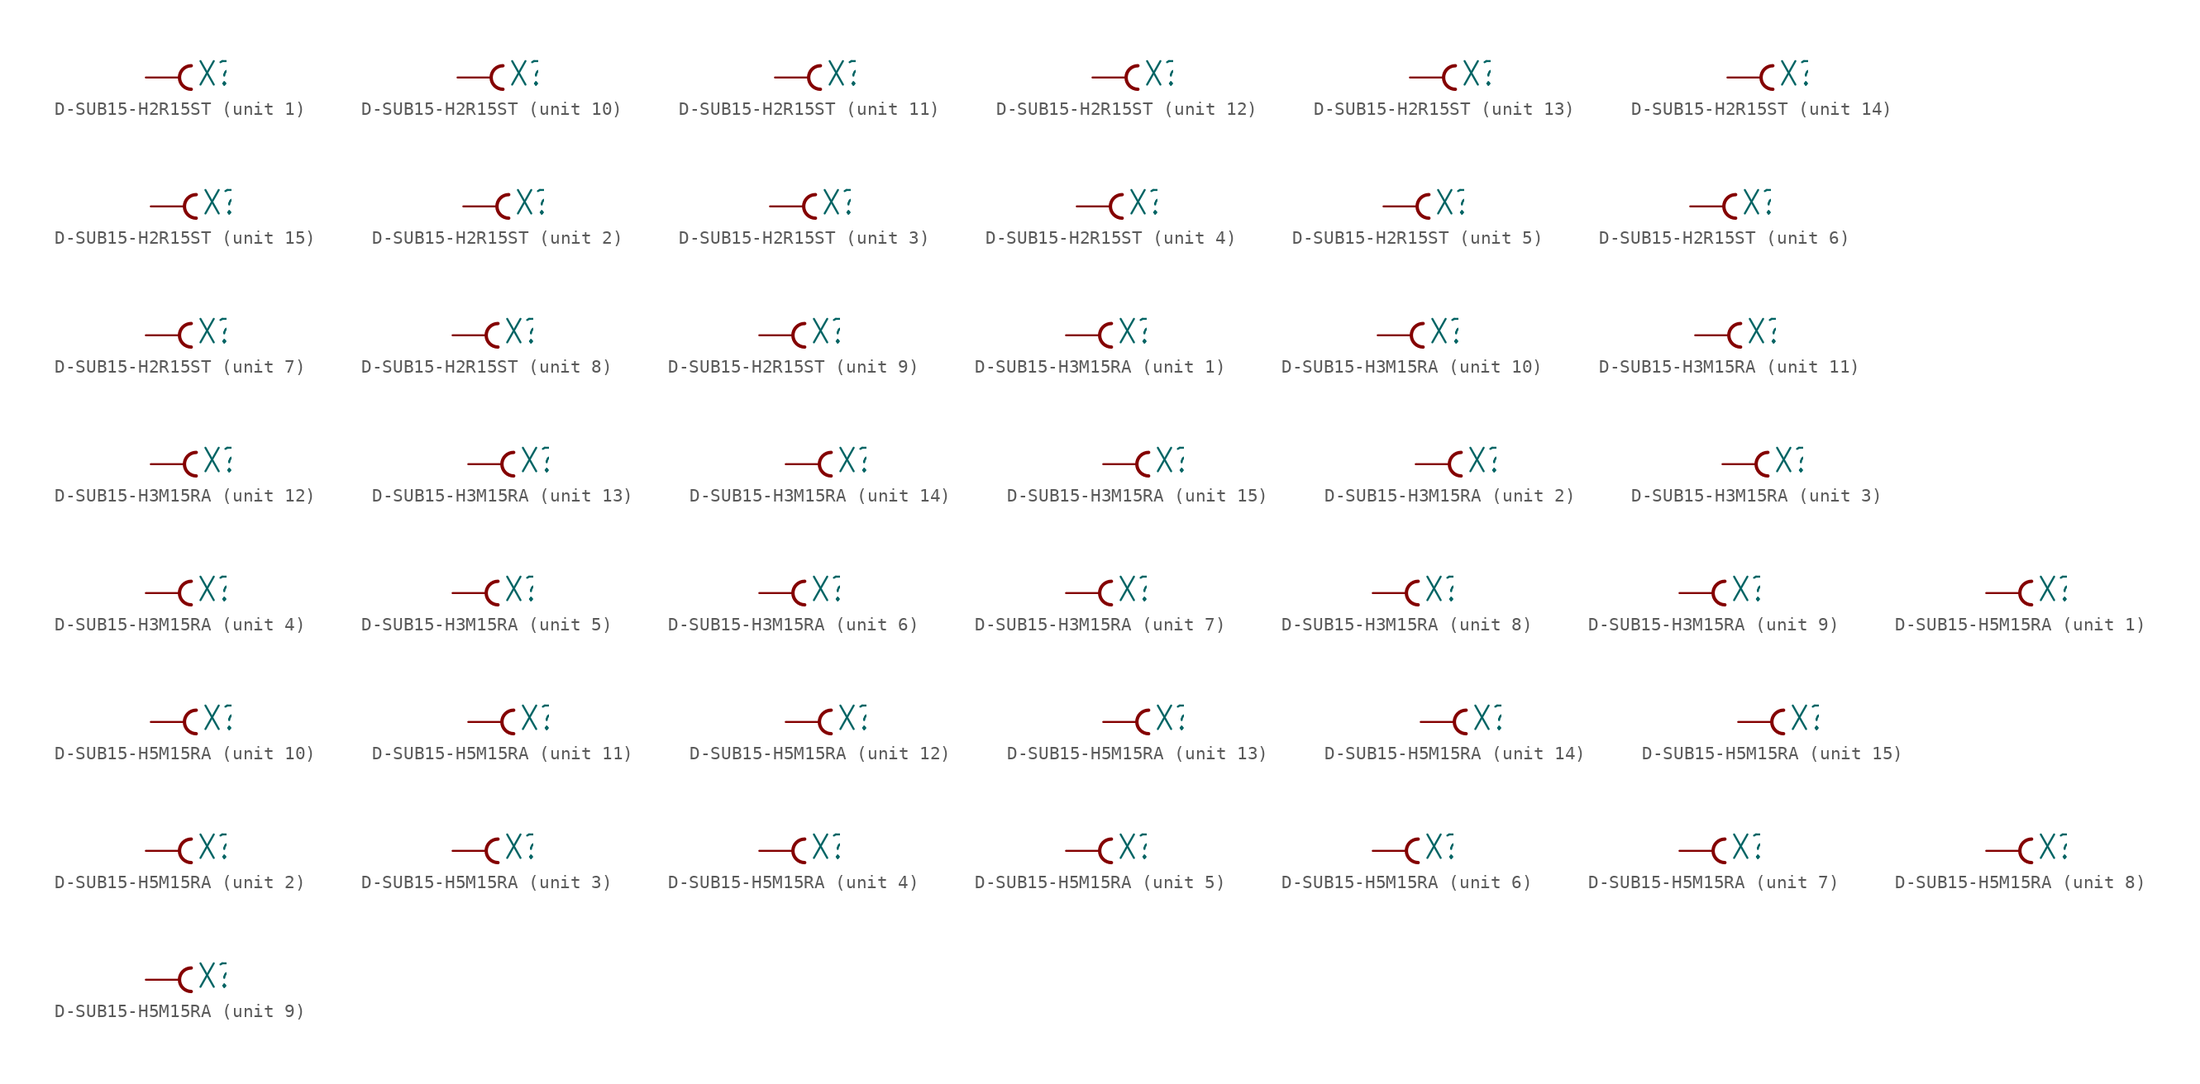
<source format=kicad_sym>
(kicad_symbol_lib
  (version 20220914)
  (generator kicad_symbol_editor)
  (symbol "D-SUB15-H2R15ST"
    (property "Reference" "X"
      (at 1.27 -0.762 0)
      (effects (font (size 1.778 1.511)) (justify left bottom)))
    (property "ki_locked" ""
      (at 0 0 0)
      (effects (font (size 1.27 1.27))))
    (symbol "D-SUB15-H2R15ST_1_0"
      (arc (start 0.889 0.889) (mid 0 0) (end 0.889 -0.889) (stroke (width 0.254) (type solid)) (fill (type none)))
      (pin passive line (at -2.54 0 0) (length 2.54) (name "F" (effects (font (size 0 0)))) (number "1" (effects (font (size 0 0))))))
    (symbol "D-SUB15-H2R15ST_2_0"
      (arc (start 0.889 0.889) (mid 0 0) (end 0.889 -0.889) (stroke (width 0.254) (type solid)) (fill (type none)))
      (pin passive line (at -2.54 0 0) (length 2.54) (name "F" (effects (font (size 0 0)))) (number "2" (effects (font (size 0 0))))))
    (symbol "D-SUB15-H2R15ST_3_0"
      (arc (start 0.889 0.889) (mid 0 0) (end 0.889 -0.889) (stroke (width 0.254) (type solid)) (fill (type none)))
      (pin passive line (at -2.54 0 0) (length 2.54) (name "F" (effects (font (size 0 0)))) (number "3" (effects (font (size 0 0))))))
    (symbol "D-SUB15-H2R15ST_4_0"
      (arc (start 0.889 0.889) (mid 0 0) (end 0.889 -0.889) (stroke (width 0.254) (type solid)) (fill (type none)))
      (pin passive line (at -2.54 0 0) (length 2.54) (name "F" (effects (font (size 0 0)))) (number "4" (effects (font (size 0 0))))))
    (symbol "D-SUB15-H2R15ST_5_0"
      (arc (start 0.889 0.889) (mid 0 0) (end 0.889 -0.889) (stroke (width 0.254) (type solid)) (fill (type none)))
      (pin passive line (at -2.54 0 0) (length 2.54) (name "F" (effects (font (size 0 0)))) (number "5" (effects (font (size 0 0))))))
    (symbol "D-SUB15-H2R15ST_6_0"
      (arc (start 0.889 0.889) (mid 0 0) (end 0.889 -0.889) (stroke (width 0.254) (type solid)) (fill (type none)))
      (pin passive line (at -2.54 0 0) (length 2.54) (name "F" (effects (font (size 0 0)))) (number "6" (effects (font (size 0 0))))))
    (symbol "D-SUB15-H2R15ST_7_0"
      (arc (start 0.889 0.889) (mid 0 0) (end 0.889 -0.889) (stroke (width 0.254) (type solid)) (fill (type none)))
      (pin passive line (at -2.54 0 0) (length 2.54) (name "F" (effects (font (size 0 0)))) (number "7" (effects (font (size 0 0))))))
    (symbol "D-SUB15-H2R15ST_8_0"
      (arc (start 0.889 0.889) (mid 0 0) (end 0.889 -0.889) (stroke (width 0.254) (type solid)) (fill (type none)))
      (pin passive line (at -2.54 0 0) (length 2.54) (name "F" (effects (font (size 0 0)))) (number "8" (effects (font (size 0 0))))))
    (symbol "D-SUB15-H2R15ST_9_0"
      (arc (start 0.889 0.889) (mid 0 0) (end 0.889 -0.889) (stroke (width 0.254) (type solid)) (fill (type none)))
      (pin passive line (at -2.54 0 0) (length 2.54) (name "F" (effects (font (size 0 0)))) (number "9" (effects (font (size 0 0))))))
    (symbol "D-SUB15-H2R15ST_10_0"
      (arc (start 0.889 0.889) (mid 0 0) (end 0.889 -0.889) (stroke (width 0.254) (type solid)) (fill (type none)))
      (pin passive line (at -2.54 0 0) (length 2.54) (name "F" (effects (font (size 0 0)))) (number "10" (effects (font (size 0 0))))))
    (symbol "D-SUB15-H2R15ST_11_0"
      (arc (start 0.889 0.889) (mid 0 0) (end 0.889 -0.889) (stroke (width 0.254) (type solid)) (fill (type none)))
      (pin passive line (at -2.54 0 0) (length 2.54) (name "F" (effects (font (size 0 0)))) (number "11" (effects (font (size 0 0))))))
    (symbol "D-SUB15-H2R15ST_12_0"
      (arc (start 0.889 0.889) (mid 0 0) (end 0.889 -0.889) (stroke (width 0.254) (type solid)) (fill (type none)))
      (pin passive line (at -2.54 0 0) (length 2.54) (name "F" (effects (font (size 0 0)))) (number "12" (effects (font (size 0 0))))))
    (symbol "D-SUB15-H2R15ST_13_0"
      (arc (start 0.889 0.889) (mid 0 0) (end 0.889 -0.889) (stroke (width 0.254) (type solid)) (fill (type none)))
      (pin passive line (at -2.54 0 0) (length 2.54) (name "F" (effects (font (size 0 0)))) (number "13" (effects (font (size 0 0))))))
    (symbol "D-SUB15-H2R15ST_14_0"
      (arc (start 0.889 0.889) (mid 0 0) (end 0.889 -0.889) (stroke (width 0.254) (type solid)) (fill (type none)))
      (pin passive line (at -2.54 0 0) (length 2.54) (name "F" (effects (font (size 0 0)))) (number "14" (effects (font (size 0 0))))))
    (symbol "D-SUB15-H2R15ST_15_0"
      (arc (start 0.889 0.889) (mid 0 0) (end 0.889 -0.889) (stroke (width 0.254) (type solid)) (fill (type none)))
      (pin passive line (at -2.54 0 0) (length 2.54) (name "F" (effects (font (size 0 0)))) (number "15" (effects (font (size 0 0)))))))
  (symbol "D-SUB15-H3M15RA"
    (property "Reference" "X"
      (at 1.27 -0.762 0)
      (effects (font (size 1.778 1.511)) (justify left bottom)))
    (property "ki_locked" ""
      (at 0 0 0)
      (effects (font (size 1.27 1.27))))
    (symbol "D-SUB15-H3M15RA_1_0"
      (arc (start 0.889 0.889) (mid 0 0) (end 0.889 -0.889) (stroke (width 0.254) (type solid)) (fill (type none)))
      (pin passive line (at -2.54 0 0) (length 2.54) (name "F" (effects (font (size 0 0)))) (number "1" (effects (font (size 0 0))))))
    (symbol "D-SUB15-H3M15RA_2_0"
      (arc (start 0.889 0.889) (mid 0 0) (end 0.889 -0.889) (stroke (width 0.254) (type solid)) (fill (type none)))
      (pin passive line (at -2.54 0 0) (length 2.54) (name "F" (effects (font (size 0 0)))) (number "2" (effects (font (size 0 0))))))
    (symbol "D-SUB15-H3M15RA_3_0"
      (arc (start 0.889 0.889) (mid 0 0) (end 0.889 -0.889) (stroke (width 0.254) (type solid)) (fill (type none)))
      (pin passive line (at -2.54 0 0) (length 2.54) (name "F" (effects (font (size 0 0)))) (number "3" (effects (font (size 0 0))))))
    (symbol "D-SUB15-H3M15RA_4_0"
      (arc (start 0.889 0.889) (mid 0 0) (end 0.889 -0.889) (stroke (width 0.254) (type solid)) (fill (type none)))
      (pin passive line (at -2.54 0 0) (length 2.54) (name "F" (effects (font (size 0 0)))) (number "4" (effects (font (size 0 0))))))
    (symbol "D-SUB15-H3M15RA_5_0"
      (arc (start 0.889 0.889) (mid 0 0) (end 0.889 -0.889) (stroke (width 0.254) (type solid)) (fill (type none)))
      (pin passive line (at -2.54 0 0) (length 2.54) (name "F" (effects (font (size 0 0)))) (number "5" (effects (font (size 0 0))))))
    (symbol "D-SUB15-H3M15RA_6_0"
      (arc (start 0.889 0.889) (mid 0 0) (end 0.889 -0.889) (stroke (width 0.254) (type solid)) (fill (type none)))
      (pin passive line (at -2.54 0 0) (length 2.54) (name "F" (effects (font (size 0 0)))) (number "6" (effects (font (size 0 0))))))
    (symbol "D-SUB15-H3M15RA_7_0"
      (arc (start 0.889 0.889) (mid 0 0) (end 0.889 -0.889) (stroke (width 0.254) (type solid)) (fill (type none)))
      (pin passive line (at -2.54 0 0) (length 2.54) (name "F" (effects (font (size 0 0)))) (number "7" (effects (font (size 0 0))))))
    (symbol "D-SUB15-H3M15RA_8_0"
      (arc (start 0.889 0.889) (mid 0 0) (end 0.889 -0.889) (stroke (width 0.254) (type solid)) (fill (type none)))
      (pin passive line (at -2.54 0 0) (length 2.54) (name "F" (effects (font (size 0 0)))) (number "8" (effects (font (size 0 0))))))
    (symbol "D-SUB15-H3M15RA_9_0"
      (arc (start 0.889 0.889) (mid 0 0) (end 0.889 -0.889) (stroke (width 0.254) (type solid)) (fill (type none)))
      (pin passive line (at -2.54 0 0) (length 2.54) (name "F" (effects (font (size 0 0)))) (number "9" (effects (font (size 0 0))))))
    (symbol "D-SUB15-H3M15RA_10_0"
      (arc (start 0.889 0.889) (mid 0 0) (end 0.889 -0.889) (stroke (width 0.254) (type solid)) (fill (type none)))
      (pin passive line (at -2.54 0 0) (length 2.54) (name "F" (effects (font (size 0 0)))) (number "10" (effects (font (size 0 0))))))
    (symbol "D-SUB15-H3M15RA_11_0"
      (arc (start 0.889 0.889) (mid 0 0) (end 0.889 -0.889) (stroke (width 0.254) (type solid)) (fill (type none)))
      (pin passive line (at -2.54 0 0) (length 2.54) (name "F" (effects (font (size 0 0)))) (number "11" (effects (font (size 0 0))))))
    (symbol "D-SUB15-H3M15RA_12_0"
      (arc (start 0.889 0.889) (mid 0 0) (end 0.889 -0.889) (stroke (width 0.254) (type solid)) (fill (type none)))
      (pin passive line (at -2.54 0 0) (length 2.54) (name "F" (effects (font (size 0 0)))) (number "12" (effects (font (size 0 0))))))
    (symbol "D-SUB15-H3M15RA_13_0"
      (arc (start 0.889 0.889) (mid 0 0) (end 0.889 -0.889) (stroke (width 0.254) (type solid)) (fill (type none)))
      (pin passive line (at -2.54 0 0) (length 2.54) (name "F" (effects (font (size 0 0)))) (number "13" (effects (font (size 0 0))))))
    (symbol "D-SUB15-H3M15RA_14_0"
      (arc (start 0.889 0.889) (mid 0 0) (end 0.889 -0.889) (stroke (width 0.254) (type solid)) (fill (type none)))
      (pin passive line (at -2.54 0 0) (length 2.54) (name "F" (effects (font (size 0 0)))) (number "14" (effects (font (size 0 0))))))
    (symbol "D-SUB15-H3M15RA_15_0"
      (arc (start 0.889 0.889) (mid 0 0) (end 0.889 -0.889) (stroke (width 0.254) (type solid)) (fill (type none)))
      (pin passive line (at -2.54 0 0) (length 2.54) (name "F" (effects (font (size 0 0)))) (number "15" (effects (font (size 0 0)))))))
  (symbol "D-SUB15-H5M15RA"
    (property "Reference" "X"
      (at 1.27 -0.762 0)
      (effects (font (size 1.778 1.511)) (justify left bottom)))
    (property "ki_locked" ""
      (at 0 0 0)
      (effects (font (size 1.27 1.27))))
    (symbol "D-SUB15-H5M15RA_1_0"
      (arc (start 0.889 0.889) (mid 0 0) (end 0.889 -0.889) (stroke (width 0.254) (type solid)) (fill (type none)))
      (pin passive line (at -2.54 0 0) (length 2.54) (name "F" (effects (font (size 0 0)))) (number "1" (effects (font (size 0 0))))))
    (symbol "D-SUB15-H5M15RA_2_0"
      (arc (start 0.889 0.889) (mid 0 0) (end 0.889 -0.889) (stroke (width 0.254) (type solid)) (fill (type none)))
      (pin passive line (at -2.54 0 0) (length 2.54) (name "F" (effects (font (size 0 0)))) (number "2" (effects (font (size 0 0))))))
    (symbol "D-SUB15-H5M15RA_3_0"
      (arc (start 0.889 0.889) (mid 0 0) (end 0.889 -0.889) (stroke (width 0.254) (type solid)) (fill (type none)))
      (pin passive line (at -2.54 0 0) (length 2.54) (name "F" (effects (font (size 0 0)))) (number "3" (effects (font (size 0 0))))))
    (symbol "D-SUB15-H5M15RA_4_0"
      (arc (start 0.889 0.889) (mid 0 0) (end 0.889 -0.889) (stroke (width 0.254) (type solid)) (fill (type none)))
      (pin passive line (at -2.54 0 0) (length 2.54) (name "F" (effects (font (size 0 0)))) (number "4" (effects (font (size 0 0))))))
    (symbol "D-SUB15-H5M15RA_5_0"
      (arc (start 0.889 0.889) (mid 0 0) (end 0.889 -0.889) (stroke (width 0.254) (type solid)) (fill (type none)))
      (pin passive line (at -2.54 0 0) (length 2.54) (name "F" (effects (font (size 0 0)))) (number "5" (effects (font (size 0 0))))))
    (symbol "D-SUB15-H5M15RA_6_0"
      (arc (start 0.889 0.889) (mid 0 0) (end 0.889 -0.889) (stroke (width 0.254) (type solid)) (fill (type none)))
      (pin passive line (at -2.54 0 0) (length 2.54) (name "F" (effects (font (size 0 0)))) (number "6" (effects (font (size 0 0))))))
    (symbol "D-SUB15-H5M15RA_7_0"
      (arc (start 0.889 0.889) (mid 0 0) (end 0.889 -0.889) (stroke (width 0.254) (type solid)) (fill (type none)))
      (pin passive line (at -2.54 0 0) (length 2.54) (name "F" (effects (font (size 0 0)))) (number "7" (effects (font (size 0 0))))))
    (symbol "D-SUB15-H5M15RA_8_0"
      (arc (start 0.889 0.889) (mid 0 0) (end 0.889 -0.889) (stroke (width 0.254) (type solid)) (fill (type none)))
      (pin passive line (at -2.54 0 0) (length 2.54) (name "F" (effects (font (size 0 0)))) (number "8" (effects (font (size 0 0))))))
    (symbol "D-SUB15-H5M15RA_9_0"
      (arc (start 0.889 0.889) (mid 0 0) (end 0.889 -0.889) (stroke (width 0.254) (type solid)) (fill (type none)))
      (pin passive line (at -2.54 0 0) (length 2.54) (name "F" (effects (font (size 0 0)))) (number "9" (effects (font (size 0 0))))))
    (symbol "D-SUB15-H5M15RA_10_0"
      (arc (start 0.889 0.889) (mid 0 0) (end 0.889 -0.889) (stroke (width 0.254) (type solid)) (fill (type none)))
      (pin passive line (at -2.54 0 0) (length 2.54) (name "F" (effects (font (size 0 0)))) (number "10" (effects (font (size 0 0))))))
    (symbol "D-SUB15-H5M15RA_11_0"
      (arc (start 0.889 0.889) (mid 0 0) (end 0.889 -0.889) (stroke (width 0.254) (type solid)) (fill (type none)))
      (pin passive line (at -2.54 0 0) (length 2.54) (name "F" (effects (font (size 0 0)))) (number "11" (effects (font (size 0 0))))))
    (symbol "D-SUB15-H5M15RA_12_0"
      (arc (start 0.889 0.889) (mid 0 0) (end 0.889 -0.889) (stroke (width 0.254) (type solid)) (fill (type none)))
      (pin passive line (at -2.54 0 0) (length 2.54) (name "F" (effects (font (size 0 0)))) (number "12" (effects (font (size 0 0))))))
    (symbol "D-SUB15-H5M15RA_13_0"
      (arc (start 0.889 0.889) (mid 0 0) (end 0.889 -0.889) (stroke (width 0.254) (type solid)) (fill (type none)))
      (pin passive line (at -2.54 0 0) (length 2.54) (name "F" (effects (font (size 0 0)))) (number "13" (effects (font (size 0 0))))))
    (symbol "D-SUB15-H5M15RA_14_0"
      (arc (start 0.889 0.889) (mid 0 0) (end 0.889 -0.889) (stroke (width 0.254) (type solid)) (fill (type none)))
      (pin passive line (at -2.54 0 0) (length 2.54) (name "F" (effects (font (size 0 0)))) (number "14" (effects (font (size 0 0))))))
    (symbol "D-SUB15-H5M15RA_15_0"
      (arc (start 0.889 0.889) (mid 0 0) (end 0.889 -0.889) (stroke (width 0.254) (type solid)) (fill (type none)))
      (pin passive line (at -2.54 0 0) (length 2.54) (name "F" (effects (font (size 0 0)))) (number "15" (effects (font (size 0 0))))))))
</source>
